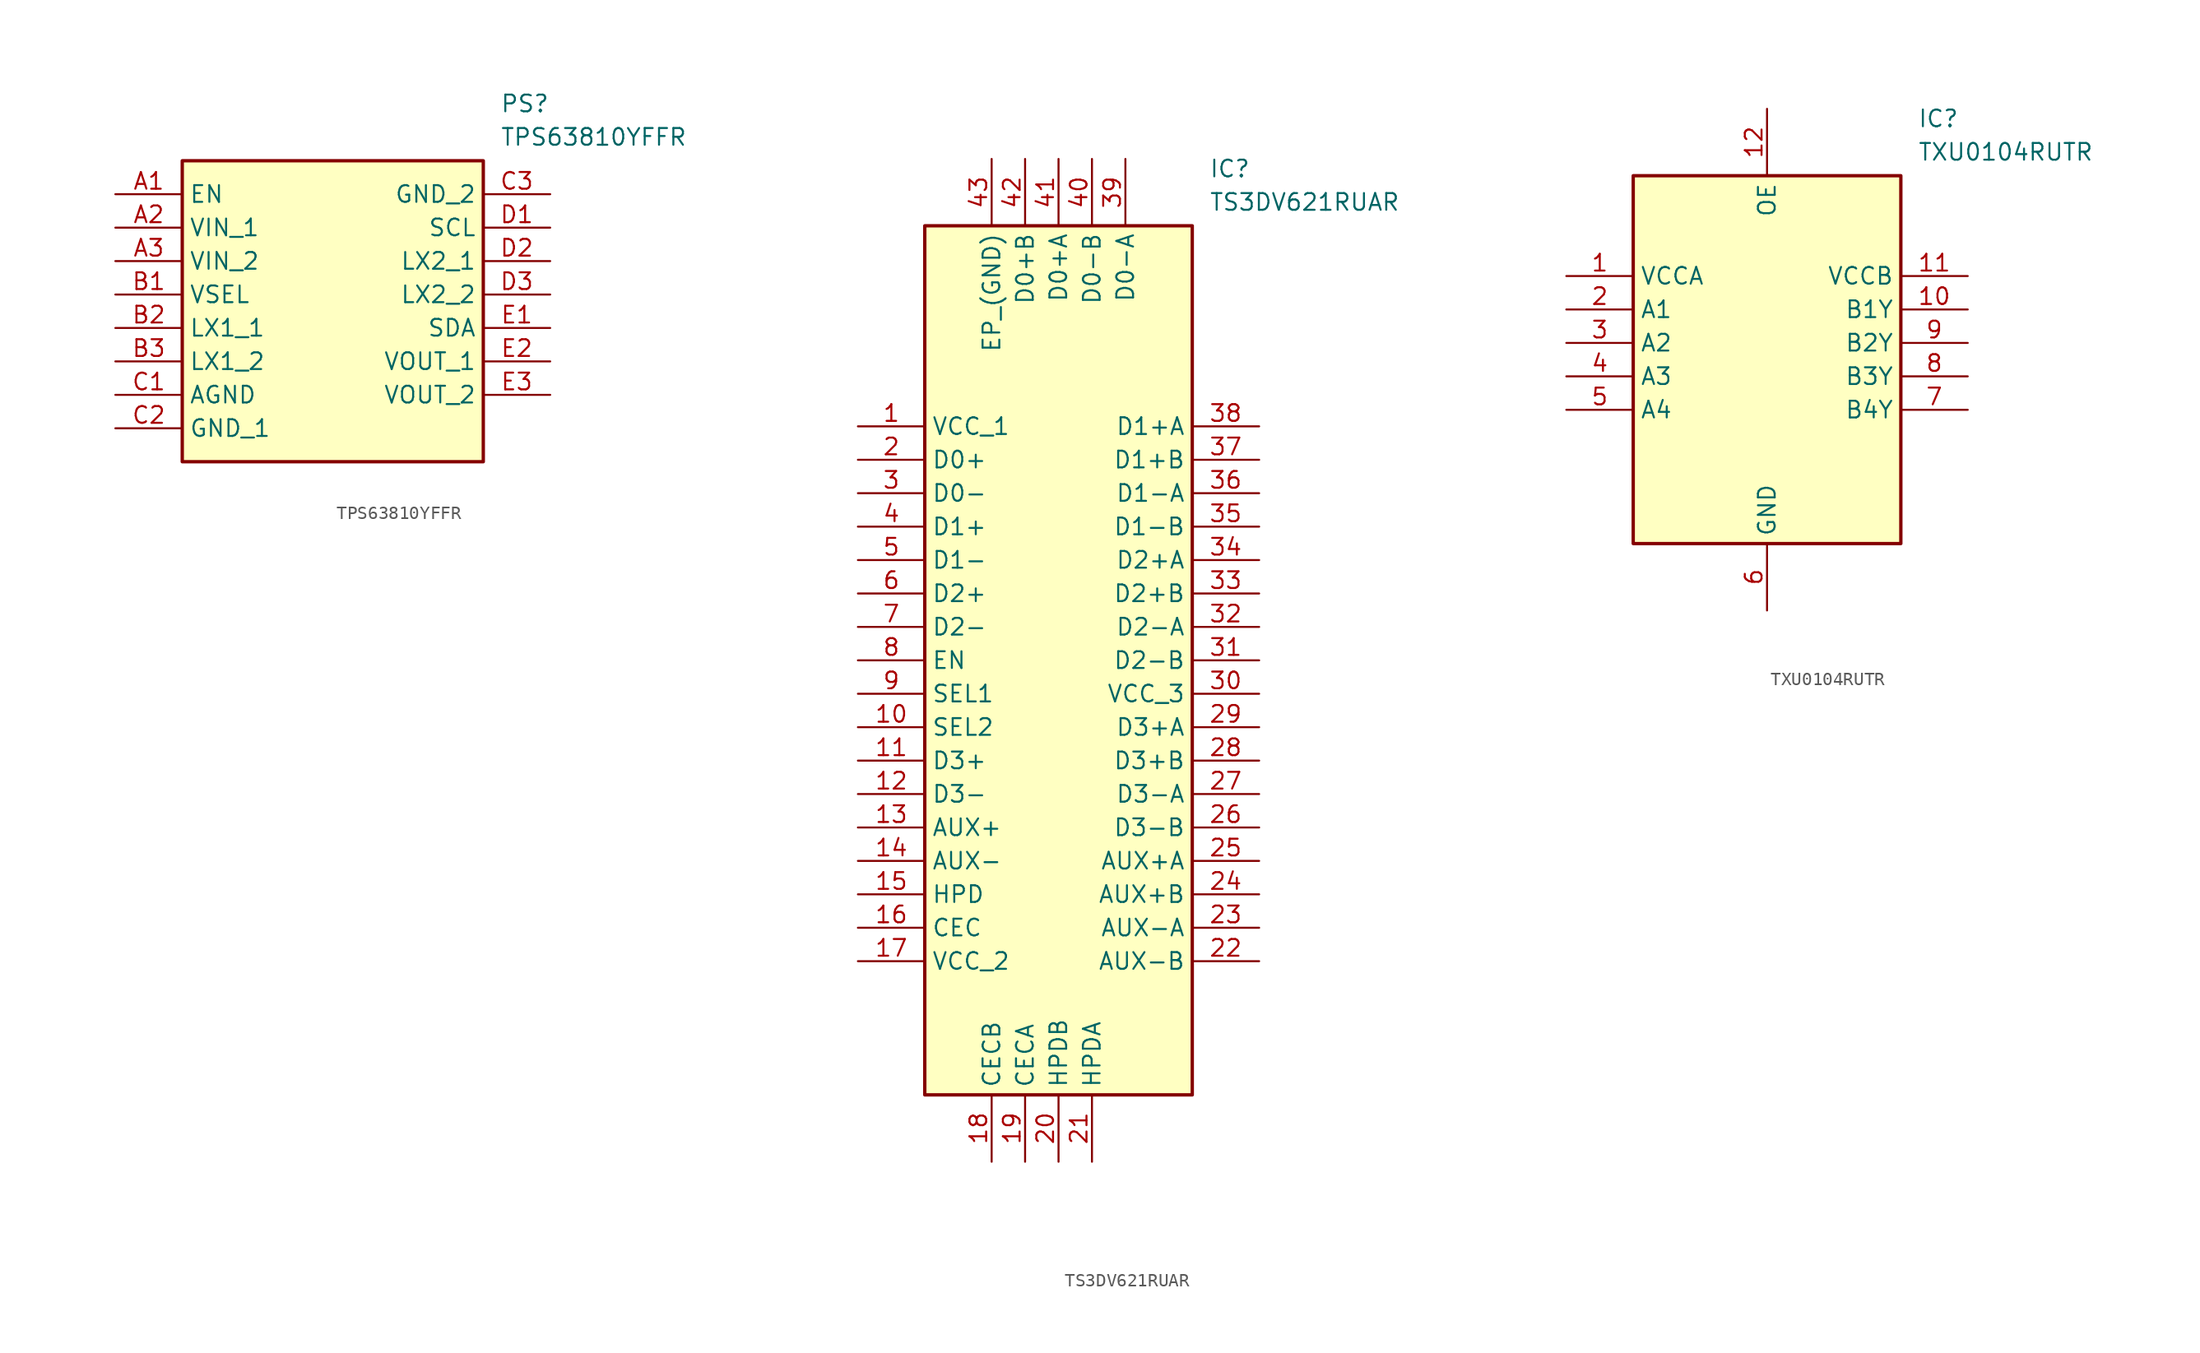
<source format=kicad_sym>
(kicad_symbol_lib
  (version 20220914)
  (generator SamacSys_ECAD_Model)
  (symbol "TPS63810YFFR"
    (property "Reference" "PS"
      (at 29.21 7.62 0)
      (effects (font (size 1.27 1.27)) (justify left top)))
    (property "Value" "TPS63810YFFR"
      (at 29.21 5.08 0)
      (effects (font (size 1.27 1.27)) (justify left top)))
    (rectangle
      (start 5.08 2.54)
      (end 27.94 -20.32)
      (stroke (width 0.254) (type default))
      (fill (type background)))
    (pin passive line
      (at 0 0 0)
      (length 5.08)
      (name "EN" (effects (font (size 1.27 1.27))))
      (number "A1" (effects (font (size 1.27 1.27)))))
    (pin passive line
      (at 0 -2.54 0)
      (length 5.08)
      (name "VIN_1" (effects (font (size 1.27 1.27))))
      (number "A2" (effects (font (size 1.27 1.27)))))
    (pin passive line
      (at 0 -5.08 0)
      (length 5.08)
      (name "VIN_2" (effects (font (size 1.27 1.27))))
      (number "A3" (effects (font (size 1.27 1.27)))))
    (pin passive line
      (at 0 -7.62 0)
      (length 5.08)
      (name "VSEL" (effects (font (size 1.27 1.27))))
      (number "B1" (effects (font (size 1.27 1.27)))))
    (pin passive line
      (at 0 -10.16 0)
      (length 5.08)
      (name "LX1_1" (effects (font (size 1.27 1.27))))
      (number "B2" (effects (font (size 1.27 1.27)))))
    (pin passive line
      (at 0 -12.7 0)
      (length 5.08)
      (name "LX1_2" (effects (font (size 1.27 1.27))))
      (number "B3" (effects (font (size 1.27 1.27)))))
    (pin passive line
      (at 0 -15.24 0)
      (length 5.08)
      (name "AGND" (effects (font (size 1.27 1.27))))
      (number "C1" (effects (font (size 1.27 1.27)))))
    (pin passive line
      (at 0 -17.78 0)
      (length 5.08)
      (name "GND_1" (effects (font (size 1.27 1.27))))
      (number "C2" (effects (font (size 1.27 1.27)))))
    (pin passive line
      (at 33.02 0 180)
      (length 5.08)
      (name "GND_2" (effects (font (size 1.27 1.27))))
      (number "C3" (effects (font (size 1.27 1.27)))))
    (pin passive line
      (at 33.02 -2.54 180)
      (length 5.08)
      (name "SCL" (effects (font (size 1.27 1.27))))
      (number "D1" (effects (font (size 1.27 1.27)))))
    (pin passive line
      (at 33.02 -5.08 180)
      (length 5.08)
      (name "LX2_1" (effects (font (size 1.27 1.27))))
      (number "D2" (effects (font (size 1.27 1.27)))))
    (pin passive line
      (at 33.02 -7.62 180)
      (length 5.08)
      (name "LX2_2" (effects (font (size 1.27 1.27))))
      (number "D3" (effects (font (size 1.27 1.27)))))
    (pin passive line
      (at 33.02 -10.16 180)
      (length 5.08)
      (name "SDA" (effects (font (size 1.27 1.27))))
      (number "E1" (effects (font (size 1.27 1.27)))))
    (pin passive line
      (at 33.02 -12.7 180)
      (length 5.08)
      (name "VOUT_1" (effects (font (size 1.27 1.27))))
      (number "E2" (effects (font (size 1.27 1.27)))))
    (pin passive line
      (at 33.02 -15.24 180)
      (length 5.08)
      (name "VOUT_2" (effects (font (size 1.27 1.27))))
      (number "E3" (effects (font (size 1.27 1.27))))))
  (symbol "TS3DV621RUAR"
    (property "Reference" "IC"
      (at 26.67 20.32 0)
      (effects (font (size 1.27 1.27)) (justify left top)))
    (property "Value" "TS3DV621RUAR"
      (at 26.67 17.78 0)
      (effects (font (size 1.27 1.27)) (justify left top)))
    (rectangle
      (start 5.08 15.24)
      (end 25.4 -50.8)
      (stroke (width 0.254) (type default))
      (fill (type background)))
    (pin passive line
      (at 0 0 0)
      (length 5.08)
      (name "VCC_1" (effects (font (size 1.27 1.27))))
      (number "1" (effects (font (size 1.27 1.27)))))
    (pin passive line
      (at 0 -2.54 0)
      (length 5.08)
      (name "D0+" (effects (font (size 1.27 1.27))))
      (number "2" (effects (font (size 1.27 1.27)))))
    (pin passive line
      (at 0 -5.08 0)
      (length 5.08)
      (name "D0-" (effects (font (size 1.27 1.27))))
      (number "3" (effects (font (size 1.27 1.27)))))
    (pin passive line
      (at 0 -7.62 0)
      (length 5.08)
      (name "D1+" (effects (font (size 1.27 1.27))))
      (number "4" (effects (font (size 1.27 1.27)))))
    (pin passive line
      (at 0 -10.16 0)
      (length 5.08)
      (name "D1-" (effects (font (size 1.27 1.27))))
      (number "5" (effects (font (size 1.27 1.27)))))
    (pin passive line
      (at 0 -12.7 0)
      (length 5.08)
      (name "D2+" (effects (font (size 1.27 1.27))))
      (number "6" (effects (font (size 1.27 1.27)))))
    (pin passive line
      (at 0 -15.24 0)
      (length 5.08)
      (name "D2-" (effects (font (size 1.27 1.27))))
      (number "7" (effects (font (size 1.27 1.27)))))
    (pin passive line
      (at 0 -17.78 0)
      (length 5.08)
      (name "EN" (effects (font (size 1.27 1.27))))
      (number "8" (effects (font (size 1.27 1.27)))))
    (pin passive line
      (at 0 -20.32 0)
      (length 5.08)
      (name "SEL1" (effects (font (size 1.27 1.27))))
      (number "9" (effects (font (size 1.27 1.27)))))
    (pin passive line
      (at 0 -22.86 0)
      (length 5.08)
      (name "SEL2" (effects (font (size 1.27 1.27))))
      (number "10" (effects (font (size 1.27 1.27)))))
    (pin passive line
      (at 0 -25.4 0)
      (length 5.08)
      (name "D3+" (effects (font (size 1.27 1.27))))
      (number "11" (effects (font (size 1.27 1.27)))))
    (pin passive line
      (at 0 -27.94 0)
      (length 5.08)
      (name "D3-" (effects (font (size 1.27 1.27))))
      (number "12" (effects (font (size 1.27 1.27)))))
    (pin passive line
      (at 0 -30.48 0)
      (length 5.08)
      (name "AUX+" (effects (font (size 1.27 1.27))))
      (number "13" (effects (font (size 1.27 1.27)))))
    (pin passive line
      (at 0 -33.02 0)
      (length 5.08)
      (name "AUX-" (effects (font (size 1.27 1.27))))
      (number "14" (effects (font (size 1.27 1.27)))))
    (pin passive line
      (at 0 -35.56 0)
      (length 5.08)
      (name "HPD" (effects (font (size 1.27 1.27))))
      (number "15" (effects (font (size 1.27 1.27)))))
    (pin passive line
      (at 0 -38.1 0)
      (length 5.08)
      (name "CEC" (effects (font (size 1.27 1.27))))
      (number "16" (effects (font (size 1.27 1.27)))))
    (pin passive line
      (at 0 -40.64 0)
      (length 5.08)
      (name "VCC_2" (effects (font (size 1.27 1.27))))
      (number "17" (effects (font (size 1.27 1.27)))))
    (pin passive line
      (at 10.16 -55.88 90)
      (length 5.08)
      (name "CECB" (effects (font (size 1.27 1.27))))
      (number "18" (effects (font (size 1.27 1.27)))))
    (pin passive line
      (at 12.7 -55.88 90)
      (length 5.08)
      (name "CECA" (effects (font (size 1.27 1.27))))
      (number "19" (effects (font (size 1.27 1.27)))))
    (pin passive line
      (at 15.24 -55.88 90)
      (length 5.08)
      (name "HPDB" (effects (font (size 1.27 1.27))))
      (number "20" (effects (font (size 1.27 1.27)))))
    (pin passive line
      (at 17.78 -55.88 90)
      (length 5.08)
      (name "HPDA" (effects (font (size 1.27 1.27))))
      (number "21" (effects (font (size 1.27 1.27)))))
    (pin passive line
      (at 30.48 0 180)
      (length 5.08)
      (name "D1+A" (effects (font (size 1.27 1.27))))
      (number "38" (effects (font (size 1.27 1.27)))))
    (pin passive line
      (at 30.48 -2.54 180)
      (length 5.08)
      (name "D1+B" (effects (font (size 1.27 1.27))))
      (number "37" (effects (font (size 1.27 1.27)))))
    (pin passive line
      (at 30.48 -5.08 180)
      (length 5.08)
      (name "D1-A" (effects (font (size 1.27 1.27))))
      (number "36" (effects (font (size 1.27 1.27)))))
    (pin passive line
      (at 30.48 -7.62 180)
      (length 5.08)
      (name "D1-B" (effects (font (size 1.27 1.27))))
      (number "35" (effects (font (size 1.27 1.27)))))
    (pin passive line
      (at 30.48 -10.16 180)
      (length 5.08)
      (name "D2+A" (effects (font (size 1.27 1.27))))
      (number "34" (effects (font (size 1.27 1.27)))))
    (pin passive line
      (at 30.48 -12.7 180)
      (length 5.08)
      (name "D2+B" (effects (font (size 1.27 1.27))))
      (number "33" (effects (font (size 1.27 1.27)))))
    (pin passive line
      (at 30.48 -15.24 180)
      (length 5.08)
      (name "D2-A" (effects (font (size 1.27 1.27))))
      (number "32" (effects (font (size 1.27 1.27)))))
    (pin passive line
      (at 30.48 -17.78 180)
      (length 5.08)
      (name "D2-B" (effects (font (size 1.27 1.27))))
      (number "31" (effects (font (size 1.27 1.27)))))
    (pin passive line
      (at 30.48 -20.32 180)
      (length 5.08)
      (name "VCC_3" (effects (font (size 1.27 1.27))))
      (number "30" (effects (font (size 1.27 1.27)))))
    (pin passive line
      (at 30.48 -22.86 180)
      (length 5.08)
      (name "D3+A" (effects (font (size 1.27 1.27))))
      (number "29" (effects (font (size 1.27 1.27)))))
    (pin passive line
      (at 30.48 -25.4 180)
      (length 5.08)
      (name "D3+B" (effects (font (size 1.27 1.27))))
      (number "28" (effects (font (size 1.27 1.27)))))
    (pin passive line
      (at 30.48 -27.94 180)
      (length 5.08)
      (name "D3-A" (effects (font (size 1.27 1.27))))
      (number "27" (effects (font (size 1.27 1.27)))))
    (pin passive line
      (at 30.48 -30.48 180)
      (length 5.08)
      (name "D3-B" (effects (font (size 1.27 1.27))))
      (number "26" (effects (font (size 1.27 1.27)))))
    (pin passive line
      (at 30.48 -33.02 180)
      (length 5.08)
      (name "AUX+A" (effects (font (size 1.27 1.27))))
      (number "25" (effects (font (size 1.27 1.27)))))
    (pin passive line
      (at 30.48 -35.56 180)
      (length 5.08)
      (name "AUX+B" (effects (font (size 1.27 1.27))))
      (number "24" (effects (font (size 1.27 1.27)))))
    (pin passive line
      (at 30.48 -38.1 180)
      (length 5.08)
      (name "AUX-A" (effects (font (size 1.27 1.27))))
      (number "23" (effects (font (size 1.27 1.27)))))
    (pin passive line
      (at 30.48 -40.64 180)
      (length 5.08)
      (name "AUX-B" (effects (font (size 1.27 1.27))))
      (number "22" (effects (font (size 1.27 1.27)))))
    (pin passive line
      (at 10.16 20.32 270)
      (length 5.08)
      (name "EP_(GND)" (effects (font (size 1.27 1.27))))
      (number "43" (effects (font (size 1.27 1.27)))))
    (pin passive line
      (at 12.7 20.32 270)
      (length 5.08)
      (name "D0+B" (effects (font (size 1.27 1.27))))
      (number "42" (effects (font (size 1.27 1.27)))))
    (pin passive line
      (at 15.24 20.32 270)
      (length 5.08)
      (name "D0+A" (effects (font (size 1.27 1.27))))
      (number "41" (effects (font (size 1.27 1.27)))))
    (pin passive line
      (at 17.78 20.32 270)
      (length 5.08)
      (name "D0-B" (effects (font (size 1.27 1.27))))
      (number "40" (effects (font (size 1.27 1.27)))))
    (pin passive line
      (at 20.32 20.32 270)
      (length 5.08)
      (name "D0-A" (effects (font (size 1.27 1.27))))
      (number "39" (effects (font (size 1.27 1.27))))))
  (symbol "TXU0104RUTR"
    (property "Reference" "IC"
      (at 26.67 12.7 0)
      (effects (font (size 1.27 1.27)) (justify left top)))
    (property "Value" "TXU0104RUTR"
      (at 26.67 10.16 0)
      (effects (font (size 1.27 1.27)) (justify left top)))
    (rectangle
      (start 5.08 7.62)
      (end 25.4 -20.32)
      (stroke (width 0.254) (type default))
      (fill (type background)))
    (pin passive line
      (at 0 0 0)
      (length 5.08)
      (name "VCCA" (effects (font (size 1.27 1.27))))
      (number "1" (effects (font (size 1.27 1.27)))))
    (pin passive line
      (at 0 -2.54 0)
      (length 5.08)
      (name "A1" (effects (font (size 1.27 1.27))))
      (number "2" (effects (font (size 1.27 1.27)))))
    (pin passive line
      (at 0 -5.08 0)
      (length 5.08)
      (name "A2" (effects (font (size 1.27 1.27))))
      (number "3" (effects (font (size 1.27 1.27)))))
    (pin passive line
      (at 0 -7.62 0)
      (length 5.08)
      (name "A3" (effects (font (size 1.27 1.27))))
      (number "4" (effects (font (size 1.27 1.27)))))
    (pin passive line
      (at 0 -10.16 0)
      (length 5.08)
      (name "A4" (effects (font (size 1.27 1.27))))
      (number "5" (effects (font (size 1.27 1.27)))))
    (pin passive line
      (at 15.24 -25.4 90)
      (length 5.08)
      (name "GND" (effects (font (size 1.27 1.27))))
      (number "6" (effects (font (size 1.27 1.27)))))
    (pin passive line
      (at 30.48 -10.16 180)
      (length 5.08)
      (name "B4Y" (effects (font (size 1.27 1.27))))
      (number "7" (effects (font (size 1.27 1.27)))))
    (pin passive line
      (at 30.48 -7.62 180)
      (length 5.08)
      (name "B3Y" (effects (font (size 1.27 1.27))))
      (number "8" (effects (font (size 1.27 1.27)))))
    (pin passive line
      (at 30.48 -5.08 180)
      (length 5.08)
      (name "B2Y" (effects (font (size 1.27 1.27))))
      (number "9" (effects (font (size 1.27 1.27)))))
    (pin passive line
      (at 30.48 -2.54 180)
      (length 5.08)
      (name "B1Y" (effects (font (size 1.27 1.27))))
      (number "10" (effects (font (size 1.27 1.27)))))
    (pin passive line
      (at 30.48 0 180)
      (length 5.08)
      (name "VCCB" (effects (font (size 1.27 1.27))))
      (number "11" (effects (font (size 1.27 1.27)))))
    (pin passive line
      (at 15.24 12.7 270)
      (length 5.08)
      (name "OE" (effects (font (size 1.27 1.27))))
      (number "12" (effects (font (size 1.27 1.27)))))))
</source>
